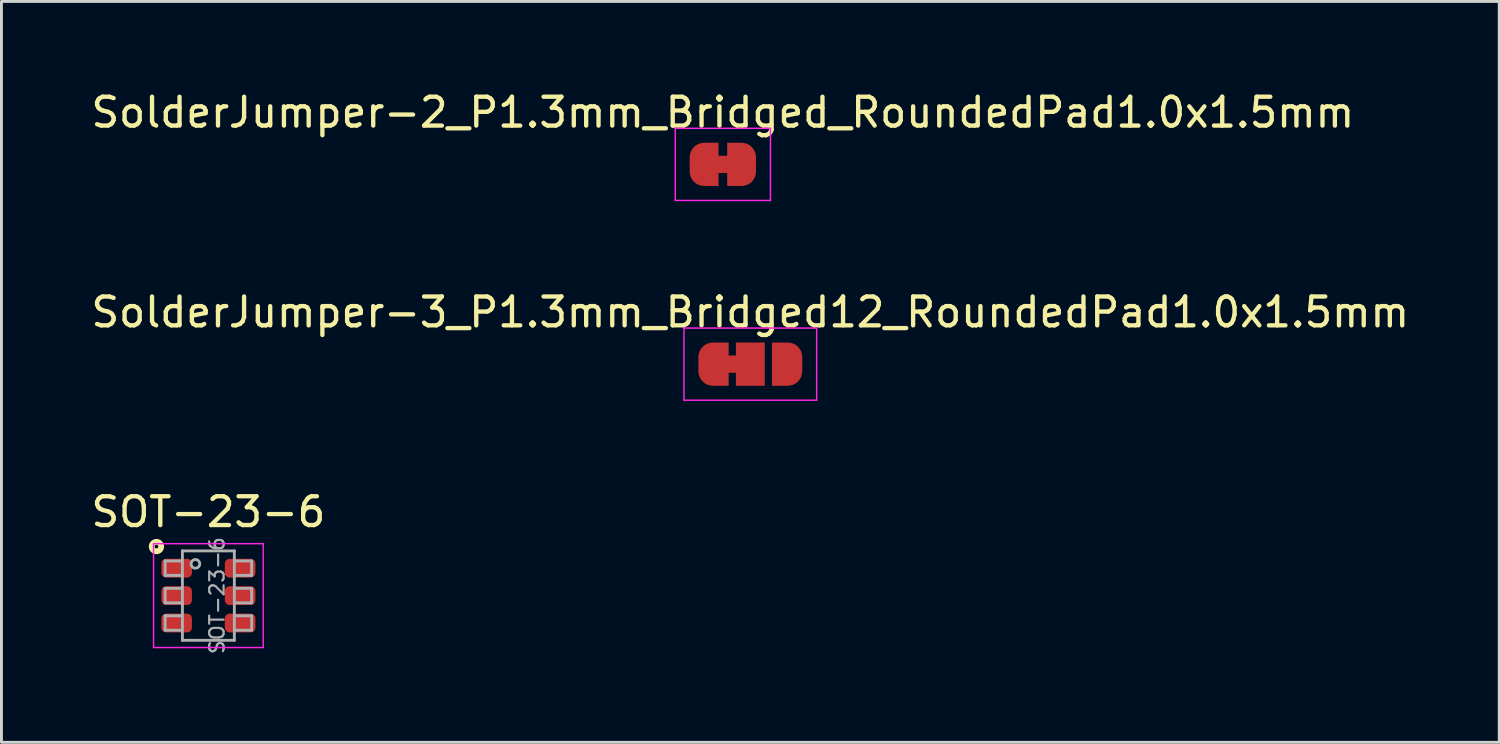
<source format=kicad_pcb>
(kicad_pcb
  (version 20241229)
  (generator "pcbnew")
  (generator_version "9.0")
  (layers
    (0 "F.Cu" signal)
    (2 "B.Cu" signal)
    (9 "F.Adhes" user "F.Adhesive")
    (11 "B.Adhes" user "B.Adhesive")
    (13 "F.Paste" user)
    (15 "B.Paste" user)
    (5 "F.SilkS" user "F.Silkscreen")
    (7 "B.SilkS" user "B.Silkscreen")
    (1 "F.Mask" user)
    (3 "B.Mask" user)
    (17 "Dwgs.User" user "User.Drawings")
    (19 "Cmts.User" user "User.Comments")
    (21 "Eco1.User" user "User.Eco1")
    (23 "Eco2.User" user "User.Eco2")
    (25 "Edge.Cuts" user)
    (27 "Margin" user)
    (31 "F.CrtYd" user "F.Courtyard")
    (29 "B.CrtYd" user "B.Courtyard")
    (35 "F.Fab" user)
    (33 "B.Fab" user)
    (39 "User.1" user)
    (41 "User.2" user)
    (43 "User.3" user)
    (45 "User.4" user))
  (footprint "SOT-23-6"
    (layer "F.Cu")
    (at 4.173 17.595)
    (property "Reference" "SOT-23-6" (at 0 -2.9 0) (layer "F.SilkS") (effects (font (size 1 1) (thickness 0.15))))
    (attr smd)
    (fp_circle (center -1.8 -1.7) (end -1.736 -1.7) (stroke (width 0.2) (type solid)) (fill no) (layer "F.SilkS"))
    (fp_line (start -1.9 -1.8) (end -1.9 1.8) (stroke (width 0.05) (type solid)) (layer "F.CrtYd"))
    (fp_line (start -1.9 1.8) (end 1.9 1.8) (stroke (width 0.05) (type solid)) (layer "F.CrtYd"))
    (fp_line (start 1.9 -1.8) (end -1.9 -1.8) (stroke (width 0.05) (type solid)) (layer "F.CrtYd"))
    (fp_line (start 1.9 1.8) (end 1.9 -1.8) (stroke (width 0.05) (type solid)) (layer "F.CrtYd"))
    (fp_line (start -1.5 -1.2) (end -1.5 -0.7) (stroke (width 0.1) (type solid)) (layer "F.Fab"))
    (fp_line (start -1.5 -0.7) (end -0.9 -0.7) (stroke (width 0.1) (type solid)) (layer "F.Fab"))
    (fp_line (start -1.5 -0.25) (end -1.5 0.25) (stroke (width 0.1) (type solid)) (layer "F.Fab"))
    (fp_line (start -1.5 0.25) (end -0.9 0.25) (stroke (width 0.1) (type solid)) (layer "F.Fab"))
    (fp_line (start -1.5 0.7) (end -1.5 1.2) (stroke (width 0.1) (type solid)) (layer "F.Fab"))
    (fp_line (start -1.5 1.2) (end -0.9 1.2) (stroke (width 0.1) (type solid)) (layer "F.Fab"))
    (fp_line (start -0.9 -1.55) (end -0.9 1.55) (stroke (width 0.1) (type solid)) (layer "F.Fab"))
    (fp_line (start -0.9 -1.2) (end -1.5 -1.2) (stroke (width 0.1) (type solid)) (layer "F.Fab"))
    (fp_line (start -0.9 -0.25) (end -1.5 -0.25) (stroke (width 0.1) (type solid)) (layer "F.Fab"))
    (fp_line (start -0.9 0.7) (end -1.5 0.7) (stroke (width 0.1) (type solid)) (layer "F.Fab"))
    (fp_line (start 0.9 -1.55) (end -0.9 -1.55) (stroke (width 0.1) (type solid)) (layer "F.Fab"))
    (fp_line (start 0.9 -1.55) (end 0.9 1.55) (stroke (width 0.1) (type solid)) (layer "F.Fab"))
    (fp_line (start 0.9 -0.7) (end 1.5 -0.7) (stroke (width 0.1) (type solid)) (layer "F.Fab"))
    (fp_line (start 0.9 0.25) (end 1.5 0.25) (stroke (width 0.1) (type solid)) (layer "F.Fab"))
    (fp_line (start 0.9 1.2) (end 1.5 1.2) (stroke (width 0.1) (type solid)) (layer "F.Fab"))
    (fp_line (start 0.9 1.55) (end -0.9 1.55) (stroke (width 0.1) (type solid)) (layer "F.Fab"))
    (fp_line (start 1.5 -1.2) (end 0.9 -1.2) (stroke (width 0.1) (type solid)) (layer "F.Fab"))
    (fp_line (start 1.5 -0.7) (end 1.5 -1.2) (stroke (width 0.1) (type solid)) (layer "F.Fab"))
    (fp_line (start 1.5 -0.25) (end 0.9 -0.25) (stroke (width 0.1) (type solid)) (layer "F.Fab"))
    (fp_line (start 1.5 0.25) (end 1.5 -0.25) (stroke (width 0.1) (type solid)) (layer "F.Fab"))
    (fp_line (start 1.5 0.7) (end 0.9 0.7) (stroke (width 0.1) (type solid)) (layer "F.Fab"))
    (fp_line (start 1.5 1.2) (end 1.5 0.7) (stroke (width 0.1) (type solid)) (layer "F.Fab"))
    (fp_circle (center -0.45 -1.1) (end -0.3 -1.1) (stroke (width 0.1) (type solid)) (fill no) (layer "F.Fab"))
    (fp_text user "${REFERENCE}" (at 0.3 0 90) (layer "F.Fab") (effects (font (size 0.5 0.5) (thickness 0.075))))
    (pad "1" smd roundrect (at -1.1 -0.95) (size 1.06 0.65) (layers "F.Cu" "F.Mask" "F.Paste") (roundrect_rratio 0.25))
    (pad "2" smd roundrect (at -1.1 0) (size 1.06 0.65) (layers "F.Cu" "F.Mask" "F.Paste") (roundrect_rratio 0.25))
    (pad "3" smd roundrect (at -1.1 0.95) (size 1.06 0.65) (layers "F.Cu" "F.Mask" "F.Paste") (roundrect_rratio 0.25))
    (pad "4" smd roundrect (at 1.1 0.95) (size 1.06 0.65) (layers "F.Cu" "F.Mask" "F.Paste") (roundrect_rratio 0.25))
    (pad "5" smd roundrect (at 1.1 0) (size 1.06 0.65) (layers "F.Cu" "F.Mask" "F.Paste") (roundrect_rratio 0.25))
    (pad "6" smd roundrect (at 1.1 -0.95) (size 1.06 0.65) (layers "F.Cu" "F.Mask" "F.Paste") (roundrect_rratio 0.25)))
  (footprint "SolderJumper-2_P1.3mm_Bridged_RoundedPad1.0x1.5mm"
    (layer "F.Cu")
    (at 22.006 2.648)
    (property "Reference" "SolderJumper-2_P1.3mm_Bridged_RoundedPad1.0x1.5mm" (at 0 -1.8 0) (layer "F.SilkS") (effects (font (size 1 1) (thickness 0.15))))
    (attr exclude_from_pos_files exclude_from_bom)
    (fp_poly (pts (xy 0.25 -0.3) (xy -0.25 -0.3) (xy -0.25 0.3) (xy 0.25 0.3)) (stroke (width 0) (type solid)) (fill yes) (layer "F.Cu"))
    (fp_line (start -1.65 -1.25) (end -1.65 1.25) (stroke (width 0.05) (type solid)) (layer "F.CrtYd"))
    (fp_line (start -1.65 -1.25) (end 1.65 -1.25) (stroke (width 0.05) (type solid)) (layer "F.CrtYd"))
    (fp_line (start 1.65 1.25) (end -1.65 1.25) (stroke (width 0.05) (type solid)) (layer "F.CrtYd"))
    (fp_line (start 1.65 1.25) (end 1.65 -1.25) (stroke (width 0.05) (type solid)) (layer "F.CrtYd"))
    (pad "1" smd custom (at -0.65 0) (size 1 0.5) (layers "F.Cu" "F.Mask") (options (anchor rect)) (primitives (gr_circle (center 0 0.25) (end 0.5 0.25) (width 0) (fill yes)) (gr_circle (center 0 -0.25) (end 0.5 -0.25) (width 0) (fill yes)) (gr_poly (pts (xy 0.5 0.75) (xy 0 0.75) (xy 0 -0.75) (xy 0.5 -0.75)) (width 0) (fill yes))))
    (pad "2" smd custom (at 0.65 0) (size 1 0.5) (layers "F.Cu" "F.Mask") (options (anchor rect)) (primitives (gr_circle (center 0 0.25) (end 0.5 0.25) (width 0) (fill yes)) (gr_circle (center 0 -0.25) (end 0.5 -0.25) (width 0) (fill yes)) (gr_poly (pts (xy 0 0.75) (xy -0.5 0.75) (xy -0.5 -0.75) (xy 0 -0.75)) (width 0) (fill yes)))))
  (footprint "SolderJumper-3_P1.3mm_Bridged12_RoundedPad1.0x1.5mm"
    (layer "F.Cu")
    (at 22.958 9.572)
    (property "Reference" "SolderJumper-3_P1.3mm_Bridged12_RoundedPad1.0x1.5mm" (at 0 -1.8 180) (layer "F.SilkS") (effects (font (size 1 1) (thickness 0.15))))
    (attr exclude_from_pos_files exclude_from_bom)
    (fp_poly (pts (xy -0.9 -0.3) (xy -0.4 -0.3) (xy -0.4 0.3) (xy -0.9 0.3)) (stroke (width 0) (type solid)) (fill yes) (layer "F.Cu"))
    (fp_line (start -2.3 -1.25) (end -2.3 1.25) (stroke (width 0.05) (type solid)) (layer "F.CrtYd"))
    (fp_line (start -2.3 -1.25) (end 2.3 -1.25) (stroke (width 0.05) (type solid)) (layer "F.CrtYd"))
    (fp_line (start 2.3 1.25) (end -2.3 1.25) (stroke (width 0.05) (type solid)) (layer "F.CrtYd"))
    (fp_line (start 2.3 1.25) (end 2.3 -1.25) (stroke (width 0.05) (type solid)) (layer "F.CrtYd"))
    (pad "1" smd custom (at -1.3 0) (size 1 0.5) (layers "F.Cu" "F.Mask") (options (anchor rect)) (primitives (gr_circle (center 0 0.25) (end 0.5 0.25) (width 0) (fill yes)) (gr_circle (center 0 -0.25) (end 0.5 -0.25) (width 0) (fill yes)) (gr_poly (pts (xy 0.55 0.75) (xy 0 0.75) (xy 0 -0.75) (xy 0.55 -0.75)) (width 0) (fill yes))))
    (pad "2" smd rect (at 0 0) (size 1 1.5) (layers "F.Cu" "F.Mask"))
    (pad "3" smd custom (at 1.3 0) (size 1 0.5) (layers "F.Cu" "F.Mask") (options (anchor rect)) (primitives (gr_circle (center 0 0.25) (end 0.5 0.25) (width 0) (fill yes)) (gr_circle (center 0 -0.25) (end 0.5 -0.25) (width 0) (fill yes)) (gr_poly (pts (xy 0 0.75) (xy -0.55 0.75) (xy -0.55 -0.75) (xy 0 -0.75)) (width 0) (fill yes)))))
  (gr_rect
    (start -3 -3)
    (end 48.917 22.681)
    (stroke (width 0.1) (type default))
    (fill no)
    (layer "Edge.Cuts")))
</source>
